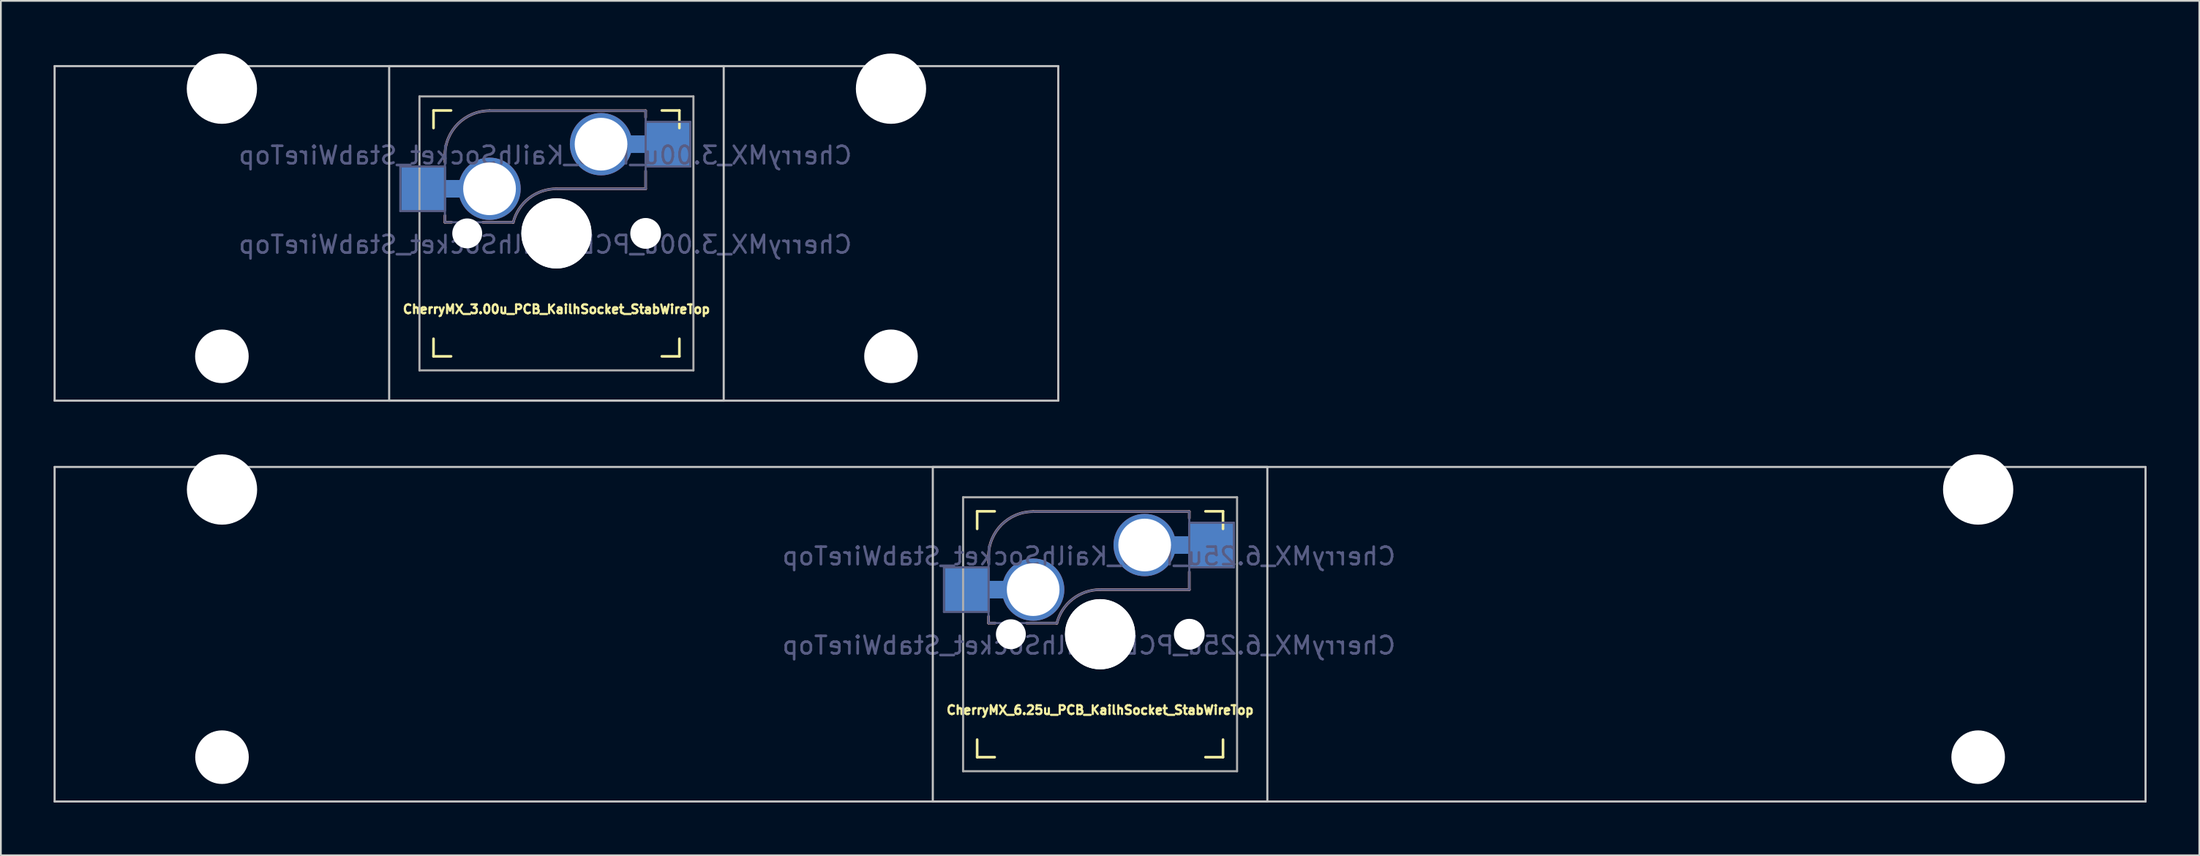
<source format=kicad_pcb>
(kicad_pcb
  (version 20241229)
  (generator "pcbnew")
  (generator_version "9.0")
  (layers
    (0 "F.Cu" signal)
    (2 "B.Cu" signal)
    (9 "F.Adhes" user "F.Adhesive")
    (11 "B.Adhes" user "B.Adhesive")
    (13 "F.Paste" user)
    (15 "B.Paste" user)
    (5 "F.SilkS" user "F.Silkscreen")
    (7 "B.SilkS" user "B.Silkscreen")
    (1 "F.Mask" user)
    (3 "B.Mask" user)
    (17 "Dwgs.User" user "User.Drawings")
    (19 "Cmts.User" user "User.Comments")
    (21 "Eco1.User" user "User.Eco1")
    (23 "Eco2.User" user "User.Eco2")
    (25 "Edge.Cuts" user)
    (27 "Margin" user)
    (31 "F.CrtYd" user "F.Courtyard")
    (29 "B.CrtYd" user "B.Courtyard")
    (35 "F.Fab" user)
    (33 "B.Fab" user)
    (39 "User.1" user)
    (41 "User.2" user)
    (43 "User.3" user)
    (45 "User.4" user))
  (footprint "CherryMX_6.25u_PCB_KailhSocket_StabWireTop"
    (layer "F.Cu")
    (at 59.591 33.065)
    (property "Reference" "CherryMX_6.25u_PCB_KailhSocket_StabWireTop" (at 0 4.318 0) (layer "F.SilkS") (effects (font (size 0.5 0.5) (thickness 0.125))))
    (property "Value" "CherryMX_6.25u_PCB_KailhSocket_StabWireTop" (at 0 8.662 0) (layer "F.Fab") (hide yes) (effects (font (size 1 1) (thickness 0.15))))
    (attr through_hole)
    (fp_line (start -7 -6) (end -7 -7) (stroke (width 0.15) (type solid)) (layer "F.SilkS"))
    (fp_line (start -7 7) (end -7 6) (stroke (width 0.15) (type solid)) (layer "F.SilkS"))
    (fp_line (start -7 7) (end -6 7) (stroke (width 0.15) (type solid)) (layer "F.SilkS"))
    (fp_line (start -6 -7) (end -7 -7) (stroke (width 0.15) (type solid)) (layer "F.SilkS"))
    (fp_line (start 6 7) (end 7 7) (stroke (width 0.15) (type solid)) (layer "F.SilkS"))
    (fp_line (start 7 -7) (end 6 -7) (stroke (width 0.15) (type solid)) (layer "F.SilkS"))
    (fp_line (start 7 -7) (end 7 -6) (stroke (width 0.15) (type solid)) (layer "F.SilkS"))
    (fp_line (start 7 6) (end 7 7) (stroke (width 0.15) (type solid)) (layer "F.SilkS"))
    (fp_line (start -6.35 -4.445) (end -6.35 -4.064) (stroke (width 0.15) (type solid)) (layer "B.SilkS"))
    (fp_line (start -6.35 -1.016) (end -6.35 -0.635) (stroke (width 0.15) (type solid)) (layer "B.SilkS"))
    (fp_line (start -5.969 -0.635) (end -6.35 -0.635) (stroke (width 0.15) (type solid)) (layer "B.SilkS"))
    (fp_line (start -3.81 -6.985) (end 5.08 -6.985) (stroke (width 0.15) (type solid)) (layer "B.SilkS"))
    (fp_line (start -2.464 -0.635) (end -4.191 -0.635) (stroke (width 0.15) (type solid)) (layer "B.SilkS"))
    (fp_line (start 5.08 -6.985) (end 5.08 -6.604) (stroke (width 0.15) (type solid)) (layer "B.SilkS"))
    (fp_line (start 5.08 -3.556) (end 5.08 -2.54) (stroke (width 0.15) (type solid)) (layer "B.SilkS"))
    (fp_line (start 5.08 -2.54) (end 0 -2.54) (stroke (width 0.15) (type solid)) (layer "B.SilkS"))
    (fp_arc (start -6.35 -4.445) (mid -5.606051 -6.241051) (end -3.81 -6.985) (stroke (width 0.15) (type solid)) (layer "B.SilkS"))
    (fp_arc (start -2.464162 -0.61604) (mid -1.563147 -2.002042) (end 0 -2.54) (stroke (width 0.15) (type solid)) (layer "B.SilkS"))
    (fp_line (start -59.531 -9.525) (end 59.531 -9.525) (stroke (width 0.12) (type solid)) (layer "Dwgs.User"))
    (fp_line (start -59.531 9.525) (end -59.531 -9.525) (stroke (width 0.12) (type solid)) (layer "Dwgs.User"))
    (fp_line (start -9.525 -9.525) (end 9.525 -9.525) (stroke (width 0.12) (type solid)) (layer "Dwgs.User"))
    (fp_line (start -9.525 9.525) (end -9.525 -9.525) (stroke (width 0.12) (type solid)) (layer "Dwgs.User"))
    (fp_line (start 9.525 -9.525) (end 9.525 9.525) (stroke (width 0.12) (type solid)) (layer "Dwgs.User"))
    (fp_line (start 9.525 9.525) (end -9.525 9.525) (stroke (width 0.12) (type solid)) (layer "Dwgs.User"))
    (fp_line (start 59.531 -9.525) (end 59.531 9.525) (stroke (width 0.12) (type solid)) (layer "Dwgs.User"))
    (fp_line (start 59.531 9.525) (end -59.531 9.525) (stroke (width 0.12) (type solid)) (layer "Dwgs.User"))
    (fp_line (start -6.9 6.9) (end -6.9 -6.9) (stroke (width 0.15) (type solid)) (layer "Eco2.User"))
    (fp_line (start -6.9 6.9) (end 6.9 6.9) (stroke (width 0.15) (type solid)) (layer "Eco2.User"))
    (fp_line (start 6.9 -6.9) (end -6.9 -6.9) (stroke (width 0.15) (type solid)) (layer "Eco2.User"))
    (fp_line (start 6.9 -6.9) (end 6.9 6.9) (stroke (width 0.15) (type solid)) (layer "Eco2.User"))
    (fp_line (start -8.89 -3.81) (end -6.35 -3.81) (stroke (width 0.12) (type solid)) (layer "B.Fab"))
    (fp_line (start -8.89 -1.27) (end -8.89 -3.81) (stroke (width 0.12) (type solid)) (layer "B.Fab"))
    (fp_line (start -6.35 -1.27) (end -8.89 -1.27) (stroke (width 0.12) (type solid)) (layer "B.Fab"))
    (fp_line (start -6.35 -0.635) (end -6.35 -4.445) (stroke (width 0.12) (type solid)) (layer "B.Fab"))
    (fp_line (start -6.35 -0.635) (end -2.54 -0.635) (stroke (width 0.12) (type solid)) (layer "B.Fab"))
    (fp_line (start -3.81 -6.985) (end 5.08 -6.985) (stroke (width 0.12) (type solid)) (layer "B.Fab"))
    (fp_line (start 5.08 -6.985) (end 5.08 -2.54) (stroke (width 0.12) (type solid)) (layer "B.Fab"))
    (fp_line (start 5.08 -6.35) (end 7.62 -6.35) (stroke (width 0.12) (type solid)) (layer "B.Fab"))
    (fp_line (start 5.08 -2.54) (end 0 -2.54) (stroke (width 0.12) (type solid)) (layer "B.Fab"))
    (fp_line (start 7.62 -6.35) (end 7.62 -3.81) (stroke (width 0.12) (type solid)) (layer "B.Fab"))
    (fp_line (start 7.62 -3.81) (end 5.08 -3.81) (stroke (width 0.12) (type solid)) (layer "B.Fab"))
    (fp_arc (start -6.35 -4.445) (mid -5.606051 -6.241051) (end -3.81 -6.985) (stroke (width 0.12) (type solid)) (layer "B.Fab"))
    (fp_arc (start -2.464162 -0.61604) (mid -1.563147 -2.002042) (end 0 -2.54) (stroke (width 0.12) (type solid)) (layer "B.Fab"))
    (fp_line (start -7.8 -7.8) (end -7.8 7.8) (stroke (width 0.12) (type solid)) (layer "F.Fab"))
    (fp_line (start -7.8 -7.8) (end 7.8 -7.8) (stroke (width 0.12) (type solid)) (layer "F.Fab"))
    (fp_line (start -7.8 7.8) (end 7.8 7.8) (stroke (width 0.12) (type solid)) (layer "F.Fab"))
    (fp_line (start 7.8 -7.8) (end 7.8 7.8) (stroke (width 0.12) (type solid)) (layer "F.Fab"))
    (fp_text user "${REFERENCE}" (at -0.635 -4.445 0) (layer "B.Fab") (effects (font (size 1 1) (thickness 0.15)) (justify mirror)))
    (fp_text user "${VALUE}" (at -0.635 0.635 0) (layer "B.Fab") (effects (font (size 1 1) (thickness 0.15)) (justify mirror)))
    (pad "" np_thru_hole circle (at -50 -8.24) (size 4 4) (drill 4) (layers "*.Cu" "*.Mask"))
    (pad "" np_thru_hole circle (at -50 7) (size 3.05 3.05) (drill 3.05) (layers "*.Cu" "*.Mask"))
    (pad "" np_thru_hole circle (at -5.08 0) (size 1.702 1.702) (drill 1.702) (layers "*.Cu" "*.Mask"))
    (pad "" np_thru_hole circle (at 0 0) (size 3.988 3.988) (drill 3.988) (layers "*.Cu" "*.Mask"))
    (pad "" np_thru_hole circle (at 0 0) (size 4 4) (drill 4) (layers "*.Cu" "*.Mask"))
    (pad "" np_thru_hole circle (at 5.08 0) (size 1.702 1.702) (drill 1.702) (layers "*.Cu" "*.Mask"))
    (pad "" np_thru_hole circle (at 5.08 0) (size 1.75 1.75) (drill 1.75) (layers "*.Cu" "*.Mask"))
    (pad "" np_thru_hole circle (at 50 -8.24) (size 4 4) (drill 4) (layers "*.Cu" "*.Mask"))
    (pad "" np_thru_hole circle (at 50 7) (size 3.05 3.05) (drill 3.05) (layers "*.Cu" "*.Mask"))
    (pad "1" smd rect (at -7.56 -2.54) (size 2.55 2.5) (layers "B.Cu" "B.Mask" "B.Paste"))
    (pad "1" connect rect (at -5.715 -2.54 90) (size 1 2.5) (layers "B.Cu"))
    (pad "1" thru_hole circle (at -3.81 -2.54) (size 3.55 3.55) (drill 3) (layers "*.Cu"))
    (pad "2" thru_hole circle (at 2.54 -5.08) (size 3.55 3.55) (drill 3) (layers "*.Cu"))
    (pad "2" connect rect (at 5.015 -5.08 270) (size 1 2.5) (layers "B.Cu"))
    (pad "2" smd rect (at 6.29 -5.08) (size 2.55 2.5) (layers "B.Cu" "B.Mask" "B.Paste")))
  (footprint "CherryMX_3.00u_PCB_KailhSocket_StabWireTop"
    (layer "F.Cu")
    (at 28.635 10.24)
    (property "Reference" "CherryMX_3.00u_PCB_KailhSocket_StabWireTop" (at 0 4.318 0) (layer "F.SilkS") (effects (font (size 0.5 0.5) (thickness 0.125))))
    (property "Value" "CherryMX_3.00u_PCB_KailhSocket_StabWireTop" (at 0 8.662 0) (layer "F.Fab") (hide yes) (effects (font (size 1 1) (thickness 0.15))))
    (attr through_hole)
    (fp_line (start -7 -6) (end -7 -7) (stroke (width 0.15) (type solid)) (layer "F.SilkS"))
    (fp_line (start -7 7) (end -7 6) (stroke (width 0.15) (type solid)) (layer "F.SilkS"))
    (fp_line (start -7 7) (end -6 7) (stroke (width 0.15) (type solid)) (layer "F.SilkS"))
    (fp_line (start -6 -7) (end -7 -7) (stroke (width 0.15) (type solid)) (layer "F.SilkS"))
    (fp_line (start 6 7) (end 7 7) (stroke (width 0.15) (type solid)) (layer "F.SilkS"))
    (fp_line (start 7 -7) (end 6 -7) (stroke (width 0.15) (type solid)) (layer "F.SilkS"))
    (fp_line (start 7 -7) (end 7 -6) (stroke (width 0.15) (type solid)) (layer "F.SilkS"))
    (fp_line (start 7 6) (end 7 7) (stroke (width 0.15) (type solid)) (layer "F.SilkS"))
    (fp_line (start -6.35 -4.445) (end -6.35 -4.064) (stroke (width 0.15) (type solid)) (layer "B.SilkS"))
    (fp_line (start -6.35 -1.016) (end -6.35 -0.635) (stroke (width 0.15) (type solid)) (layer "B.SilkS"))
    (fp_line (start -5.969 -0.635) (end -6.35 -0.635) (stroke (width 0.15) (type solid)) (layer "B.SilkS"))
    (fp_line (start -3.81 -6.985) (end 5.08 -6.985) (stroke (width 0.15) (type solid)) (layer "B.SilkS"))
    (fp_line (start -2.464 -0.635) (end -4.191 -0.635) (stroke (width 0.15) (type solid)) (layer "B.SilkS"))
    (fp_line (start 5.08 -6.985) (end 5.08 -6.604) (stroke (width 0.15) (type solid)) (layer "B.SilkS"))
    (fp_line (start 5.08 -3.556) (end 5.08 -2.54) (stroke (width 0.15) (type solid)) (layer "B.SilkS"))
    (fp_line (start 5.08 -2.54) (end 0 -2.54) (stroke (width 0.15) (type solid)) (layer "B.SilkS"))
    (fp_arc (start -6.35 -4.445) (mid -5.606051 -6.241051) (end -3.81 -6.985) (stroke (width 0.15) (type solid)) (layer "B.SilkS"))
    (fp_arc (start -2.464162 -0.61604) (mid -1.563147 -2.002042) (end 0 -2.54) (stroke (width 0.15) (type solid)) (layer "B.SilkS"))
    (fp_line (start -28.575 -9.525) (end 28.575 -9.525) (stroke (width 0.12) (type solid)) (layer "Dwgs.User"))
    (fp_line (start -28.575 9.525) (end -28.575 -9.525) (stroke (width 0.12) (type solid)) (layer "Dwgs.User"))
    (fp_line (start -9.525 -9.525) (end 9.525 -9.525) (stroke (width 0.12) (type solid)) (layer "Dwgs.User"))
    (fp_line (start -9.525 9.525) (end -9.525 -9.525) (stroke (width 0.12) (type solid)) (layer "Dwgs.User"))
    (fp_line (start 9.525 -9.525) (end 9.525 9.525) (stroke (width 0.12) (type solid)) (layer "Dwgs.User"))
    (fp_line (start 9.525 9.525) (end -9.525 9.525) (stroke (width 0.12) (type solid)) (layer "Dwgs.User"))
    (fp_line (start 28.575 -9.525) (end 28.575 9.525) (stroke (width 0.12) (type solid)) (layer "Dwgs.User"))
    (fp_line (start 28.575 9.525) (end -28.575 9.525) (stroke (width 0.12) (type solid)) (layer "Dwgs.User"))
    (fp_line (start -6.9 6.9) (end -6.9 -6.9) (stroke (width 0.15) (type solid)) (layer "Eco2.User"))
    (fp_line (start -6.9 6.9) (end 6.9 6.9) (stroke (width 0.15) (type solid)) (layer "Eco2.User"))
    (fp_line (start 6.9 -6.9) (end -6.9 -6.9) (stroke (width 0.15) (type solid)) (layer "Eco2.User"))
    (fp_line (start 6.9 -6.9) (end 6.9 6.9) (stroke (width 0.15) (type solid)) (layer "Eco2.User"))
    (fp_line (start -8.89 -3.81) (end -6.35 -3.81) (stroke (width 0.12) (type solid)) (layer "B.Fab"))
    (fp_line (start -8.89 -1.27) (end -8.89 -3.81) (stroke (width 0.12) (type solid)) (layer "B.Fab"))
    (fp_line (start -6.35 -1.27) (end -8.89 -1.27) (stroke (width 0.12) (type solid)) (layer "B.Fab"))
    (fp_line (start -6.35 -0.635) (end -6.35 -4.445) (stroke (width 0.12) (type solid)) (layer "B.Fab"))
    (fp_line (start -6.35 -0.635) (end -2.54 -0.635) (stroke (width 0.12) (type solid)) (layer "B.Fab"))
    (fp_line (start -3.81 -6.985) (end 5.08 -6.985) (stroke (width 0.12) (type solid)) (layer "B.Fab"))
    (fp_line (start 5.08 -6.985) (end 5.08 -2.54) (stroke (width 0.12) (type solid)) (layer "B.Fab"))
    (fp_line (start 5.08 -6.35) (end 7.62 -6.35) (stroke (width 0.12) (type solid)) (layer "B.Fab"))
    (fp_line (start 5.08 -2.54) (end 0 -2.54) (stroke (width 0.12) (type solid)) (layer "B.Fab"))
    (fp_line (start 7.62 -6.35) (end 7.62 -3.81) (stroke (width 0.12) (type solid)) (layer "B.Fab"))
    (fp_line (start 7.62 -3.81) (end 5.08 -3.81) (stroke (width 0.12) (type solid)) (layer "B.Fab"))
    (fp_arc (start -6.35 -4.445) (mid -5.606051 -6.241051) (end -3.81 -6.985) (stroke (width 0.12) (type solid)) (layer "B.Fab"))
    (fp_arc (start -2.464162 -0.61604) (mid -1.563147 -2.002042) (end 0 -2.54) (stroke (width 0.12) (type solid)) (layer "B.Fab"))
    (fp_line (start -7.8 -7.8) (end -7.8 7.8) (stroke (width 0.12) (type solid)) (layer "F.Fab"))
    (fp_line (start -7.8 -7.8) (end 7.8 -7.8) (stroke (width 0.12) (type solid)) (layer "F.Fab"))
    (fp_line (start -7.8 7.8) (end 7.8 7.8) (stroke (width 0.12) (type solid)) (layer "F.Fab"))
    (fp_line (start 7.8 -7.8) (end 7.8 7.8) (stroke (width 0.12) (type solid)) (layer "F.Fab"))
    (fp_text user "${VALUE}" (at -0.635 0.635 0) (layer "B.Fab") (effects (font (size 1 1) (thickness 0.15)) (justify mirror)))
    (fp_text user "${REFERENCE}" (at -0.635 -4.445 0) (layer "B.Fab") (effects (font (size 1 1) (thickness 0.15)) (justify mirror)))
    (pad "" np_thru_hole circle (at -19.05 -8.24) (size 4 4) (drill 4) (layers "*.Cu" "*.Mask"))
    (pad "" np_thru_hole circle (at -19.05 7) (size 3.05 3.05) (drill 3.05) (layers "*.Cu" "*.Mask"))
    (pad "" np_thru_hole circle (at -5.08 0) (size 1.702 1.702) (drill 1.702) (layers "*.Cu" "*.Mask"))
    (pad "" np_thru_hole circle (at 0 0) (size 3.988 3.988) (drill 3.988) (layers "*.Cu" "*.Mask"))
    (pad "" np_thru_hole circle (at 0 0) (size 4 4) (drill 4) (layers "*.Cu" "*.Mask"))
    (pad "" np_thru_hole circle (at 5.08 0) (size 1.702 1.702) (drill 1.702) (layers "*.Cu" "*.Mask"))
    (pad "" np_thru_hole circle (at 5.08 0) (size 1.75 1.75) (drill 1.75) (layers "*.Cu" "*.Mask"))
    (pad "" np_thru_hole circle (at 19.05 -8.24) (size 4 4) (drill 4) (layers "*.Cu" "*.Mask"))
    (pad "" np_thru_hole circle (at 19.05 7) (size 3.05 3.05) (drill 3.05) (layers "*.Cu" "*.Mask"))
    (pad "1" smd rect (at -7.56 -2.54) (size 2.55 2.5) (layers "B.Cu" "B.Mask" "B.Paste"))
    (pad "1" connect rect (at -5.715 -2.54 90) (size 1 2.5) (layers "B.Cu"))
    (pad "1" thru_hole circle (at -3.81 -2.54) (size 3.55 3.55) (drill 3) (layers "*.Cu"))
    (pad "2" thru_hole circle (at 2.54 -5.08) (size 3.55 3.55) (drill 3) (layers "*.Cu"))
    (pad "2" connect rect (at 5.015 -5.08 270) (size 1 2.5) (layers "B.Cu"))
    (pad "2" smd rect (at 6.29 -5.08) (size 2.55 2.5) (layers "B.Cu" "B.Mask" "B.Paste")))
  (gr_rect
    (start -3 -3)
    (end 122.183 45.65)
    (stroke (width 0.1) (type default))
    (fill no)
    (layer "Edge.Cuts")))
</source>
